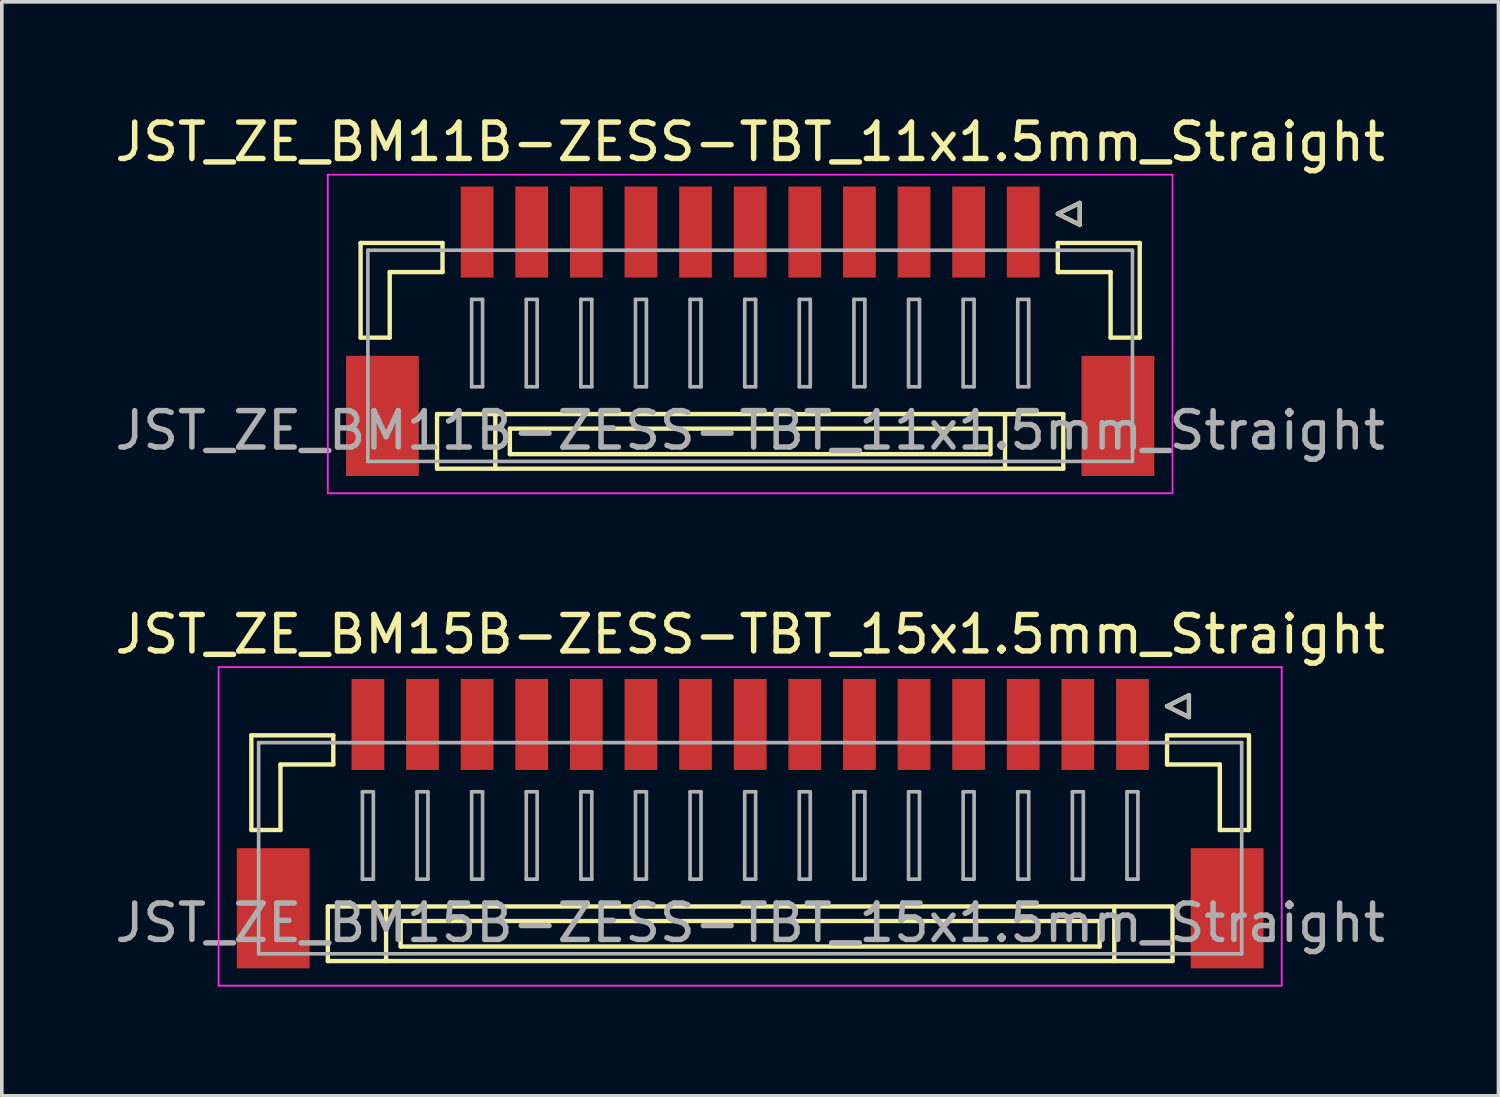
<source format=kicad_pcb>
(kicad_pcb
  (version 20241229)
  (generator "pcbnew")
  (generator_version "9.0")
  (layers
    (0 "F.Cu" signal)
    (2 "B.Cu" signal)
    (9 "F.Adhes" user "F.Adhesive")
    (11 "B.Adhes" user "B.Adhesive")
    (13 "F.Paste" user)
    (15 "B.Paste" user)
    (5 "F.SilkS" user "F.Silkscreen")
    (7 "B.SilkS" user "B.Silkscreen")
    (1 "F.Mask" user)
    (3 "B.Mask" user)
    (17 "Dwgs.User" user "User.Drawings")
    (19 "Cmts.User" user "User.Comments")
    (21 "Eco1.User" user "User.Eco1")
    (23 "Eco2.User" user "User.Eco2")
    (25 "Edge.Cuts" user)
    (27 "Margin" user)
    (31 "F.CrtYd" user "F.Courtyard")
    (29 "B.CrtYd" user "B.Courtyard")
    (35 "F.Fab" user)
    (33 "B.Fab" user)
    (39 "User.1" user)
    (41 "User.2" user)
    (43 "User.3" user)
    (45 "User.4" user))
  (footprint "JST_ZE_BM11B-ZESS-TBT_11x1.5mm_Straight"
    (layer "F.Cu")
    (at 17.554 5.848)
    (property "Reference" "JST_ZE_BM11B-ZESS-TBT_11x1.5mm_Straight" (at 0 -5 0) (layer "F.SilkS") (effects (font (size 1 1) (thickness 0.15))))
    (attr smd)
    (fp_line (start -10.7 -2.225) (end -10.7 0.375) (stroke (width 0.12) (type solid)) (layer "F.SilkS"))
    (fp_line (start -10.7 0.375) (end -9.9 0.375) (stroke (width 0.12) (type solid)) (layer "F.SilkS"))
    (fp_line (start -9.9 -1.425) (end -8.45 -1.425) (stroke (width 0.12) (type solid)) (layer "F.SilkS"))
    (fp_line (start -9.9 0.375) (end -9.9 -1.425) (stroke (width 0.12) (type solid)) (layer "F.SilkS"))
    (fp_line (start -8.6 2.475) (end -8.6 3.975) (stroke (width 0.12) (type solid)) (layer "F.SilkS"))
    (fp_line (start -8.6 3.975) (end 8.6 3.975) (stroke (width 0.12) (type solid)) (layer "F.SilkS"))
    (fp_line (start -8.45 -2.225) (end -10.7 -2.225) (stroke (width 0.12) (type solid)) (layer "F.SilkS"))
    (fp_line (start -8.45 -1.425) (end -8.45 -2.225) (stroke (width 0.12) (type solid)) (layer "F.SilkS"))
    (fp_line (start -7 2.475) (end -7 3.975) (stroke (width 0.12) (type solid)) (layer "F.SilkS"))
    (fp_line (start -6.6 2.875) (end -6.6 3.575) (stroke (width 0.12) (type solid)) (layer "F.SilkS"))
    (fp_line (start -6.6 3.575) (end 6.6 3.575) (stroke (width 0.12) (type solid)) (layer "F.SilkS"))
    (fp_line (start 6.6 2.875) (end -6.6 2.875) (stroke (width 0.12) (type solid)) (layer "F.SilkS"))
    (fp_line (start 6.6 3.575) (end 6.6 2.875) (stroke (width 0.12) (type solid)) (layer "F.SilkS"))
    (fp_line (start 7 2.475) (end 7 3.975) (stroke (width 0.12) (type solid)) (layer "F.SilkS"))
    (fp_line (start 8.45 -3.025) (end 9.05 -3.325) (stroke (width 0.12) (type solid)) (layer "F.SilkS"))
    (fp_line (start 8.45 -2.225) (end 10.7 -2.225) (stroke (width 0.12) (type solid)) (layer "F.SilkS"))
    (fp_line (start 8.45 -1.425) (end 8.45 -2.225) (stroke (width 0.12) (type solid)) (layer "F.SilkS"))
    (fp_line (start 8.6 2.475) (end -8.6 2.475) (stroke (width 0.12) (type solid)) (layer "F.SilkS"))
    (fp_line (start 8.6 3.975) (end 8.6 2.475) (stroke (width 0.12) (type solid)) (layer "F.SilkS"))
    (fp_line (start 9.05 -3.325) (end 9.05 -2.725) (stroke (width 0.12) (type solid)) (layer "F.SilkS"))
    (fp_line (start 9.05 -2.725) (end 8.45 -3.025) (stroke (width 0.12) (type solid)) (layer "F.SilkS"))
    (fp_line (start 9.9 -1.425) (end 8.45 -1.425) (stroke (width 0.12) (type solid)) (layer "F.SilkS"))
    (fp_line (start 9.9 0.375) (end 9.9 -1.425) (stroke (width 0.12) (type solid)) (layer "F.SilkS"))
    (fp_line (start 10.7 -2.225) (end 10.7 0.375) (stroke (width 0.12) (type solid)) (layer "F.SilkS"))
    (fp_line (start 10.7 0.375) (end 9.9 0.375) (stroke (width 0.12) (type solid)) (layer "F.SilkS"))
    (fp_line (start -11.6 -4.1) (end -11.6 4.65) (stroke (width 0.05) (type solid)) (layer "F.CrtYd"))
    (fp_line (start -11.6 4.65) (end 11.6 4.65) (stroke (width 0.05) (type solid)) (layer "F.CrtYd"))
    (fp_line (start 11.6 -4.1) (end -11.6 -4.1) (stroke (width 0.05) (type solid)) (layer "F.CrtYd"))
    (fp_line (start 11.6 4.65) (end 11.6 -4.1) (stroke (width 0.05) (type solid)) (layer "F.CrtYd"))
    (fp_line (start -10.5 -2.025) (end -10.5 3.775) (stroke (width 0.1) (type solid)) (layer "F.Fab"))
    (fp_line (start -10.5 3.775) (end 10.5 3.775) (stroke (width 0.1) (type solid)) (layer "F.Fab"))
    (fp_line (start -7.65 -0.675) (end -7.65 1.725) (stroke (width 0.1) (type solid)) (layer "F.Fab"))
    (fp_line (start -7.65 1.725) (end -7.35 1.725) (stroke (width 0.1) (type solid)) (layer "F.Fab"))
    (fp_line (start -7.35 -0.675) (end -7.65 -0.675) (stroke (width 0.1) (type solid)) (layer "F.Fab"))
    (fp_line (start -7.35 1.725) (end -7.35 -0.675) (stroke (width 0.1) (type solid)) (layer "F.Fab"))
    (fp_line (start -6.15 -0.675) (end -6.15 1.725) (stroke (width 0.1) (type solid)) (layer "F.Fab"))
    (fp_line (start -6.15 1.725) (end -5.85 1.725) (stroke (width 0.1) (type solid)) (layer "F.Fab"))
    (fp_line (start -5.85 -0.675) (end -6.15 -0.675) (stroke (width 0.1) (type solid)) (layer "F.Fab"))
    (fp_line (start -5.85 1.725) (end -5.85 -0.675) (stroke (width 0.1) (type solid)) (layer "F.Fab"))
    (fp_line (start -4.65 -0.675) (end -4.65 1.725) (stroke (width 0.1) (type solid)) (layer "F.Fab"))
    (fp_line (start -4.65 1.725) (end -4.35 1.725) (stroke (width 0.1) (type solid)) (layer "F.Fab"))
    (fp_line (start -4.35 -0.675) (end -4.65 -0.675) (stroke (width 0.1) (type solid)) (layer "F.Fab"))
    (fp_line (start -4.35 1.725) (end -4.35 -0.675) (stroke (width 0.1) (type solid)) (layer "F.Fab"))
    (fp_line (start -3.15 -0.675) (end -3.15 1.725) (stroke (width 0.1) (type solid)) (layer "F.Fab"))
    (fp_line (start -3.15 1.725) (end -2.85 1.725) (stroke (width 0.1) (type solid)) (layer "F.Fab"))
    (fp_line (start -2.85 -0.675) (end -3.15 -0.675) (stroke (width 0.1) (type solid)) (layer "F.Fab"))
    (fp_line (start -2.85 1.725) (end -2.85 -0.675) (stroke (width 0.1) (type solid)) (layer "F.Fab"))
    (fp_line (start -1.65 -0.675) (end -1.65 1.725) (stroke (width 0.1) (type solid)) (layer "F.Fab"))
    (fp_line (start -1.65 1.725) (end -1.35 1.725) (stroke (width 0.1) (type solid)) (layer "F.Fab"))
    (fp_line (start -1.35 -0.675) (end -1.65 -0.675) (stroke (width 0.1) (type solid)) (layer "F.Fab"))
    (fp_line (start -1.35 1.725) (end -1.35 -0.675) (stroke (width 0.1) (type solid)) (layer "F.Fab"))
    (fp_line (start -0.15 -0.675) (end -0.15 1.725) (stroke (width 0.1) (type solid)) (layer "F.Fab"))
    (fp_line (start -0.15 1.725) (end 0.15 1.725) (stroke (width 0.1) (type solid)) (layer "F.Fab"))
    (fp_line (start 0.15 -0.675) (end -0.15 -0.675) (stroke (width 0.1) (type solid)) (layer "F.Fab"))
    (fp_line (start 0.15 1.725) (end 0.15 -0.675) (stroke (width 0.1) (type solid)) (layer "F.Fab"))
    (fp_line (start 1.35 -0.675) (end 1.35 1.725) (stroke (width 0.1) (type solid)) (layer "F.Fab"))
    (fp_line (start 1.35 1.725) (end 1.65 1.725) (stroke (width 0.1) (type solid)) (layer "F.Fab"))
    (fp_line (start 1.65 -0.675) (end 1.35 -0.675) (stroke (width 0.1) (type solid)) (layer "F.Fab"))
    (fp_line (start 1.65 1.725) (end 1.65 -0.675) (stroke (width 0.1) (type solid)) (layer "F.Fab"))
    (fp_line (start 2.85 -0.675) (end 2.85 1.725) (stroke (width 0.1) (type solid)) (layer "F.Fab"))
    (fp_line (start 2.85 1.725) (end 3.15 1.725) (stroke (width 0.1) (type solid)) (layer "F.Fab"))
    (fp_line (start 3.15 -0.675) (end 2.85 -0.675) (stroke (width 0.1) (type solid)) (layer "F.Fab"))
    (fp_line (start 3.15 1.725) (end 3.15 -0.675) (stroke (width 0.1) (type solid)) (layer "F.Fab"))
    (fp_line (start 4.35 -0.675) (end 4.35 1.725) (stroke (width 0.1) (type solid)) (layer "F.Fab"))
    (fp_line (start 4.35 1.725) (end 4.65 1.725) (stroke (width 0.1) (type solid)) (layer "F.Fab"))
    (fp_line (start 4.65 -0.675) (end 4.35 -0.675) (stroke (width 0.1) (type solid)) (layer "F.Fab"))
    (fp_line (start 4.65 1.725) (end 4.65 -0.675) (stroke (width 0.1) (type solid)) (layer "F.Fab"))
    (fp_line (start 5.85 -0.675) (end 5.85 1.725) (stroke (width 0.1) (type solid)) (layer "F.Fab"))
    (fp_line (start 5.85 1.725) (end 6.15 1.725) (stroke (width 0.1) (type solid)) (layer "F.Fab"))
    (fp_line (start 6.15 -0.675) (end 5.85 -0.675) (stroke (width 0.1) (type solid)) (layer "F.Fab"))
    (fp_line (start 6.15 1.725) (end 6.15 -0.675) (stroke (width 0.1) (type solid)) (layer "F.Fab"))
    (fp_line (start 7.35 -0.675) (end 7.35 1.725) (stroke (width 0.1) (type solid)) (layer "F.Fab"))
    (fp_line (start 7.35 1.725) (end 7.65 1.725) (stroke (width 0.1) (type solid)) (layer "F.Fab"))
    (fp_line (start 7.65 -0.675) (end 7.35 -0.675) (stroke (width 0.1) (type solid)) (layer "F.Fab"))
    (fp_line (start 7.65 1.725) (end 7.65 -0.675) (stroke (width 0.1) (type solid)) (layer "F.Fab"))
    (fp_line (start 8.45 -3.025) (end 9.05 -3.325) (stroke (width 0.1) (type solid)) (layer "F.Fab"))
    (fp_line (start 9.05 -3.325) (end 9.05 -2.725) (stroke (width 0.1) (type solid)) (layer "F.Fab"))
    (fp_line (start 9.05 -2.725) (end 8.45 -3.025) (stroke (width 0.1) (type solid)) (layer "F.Fab"))
    (fp_line (start 10.5 -2.025) (end -10.5 -2.025) (stroke (width 0.1) (type solid)) (layer "F.Fab"))
    (fp_line (start 10.5 3.775) (end 10.5 -2.025) (stroke (width 0.1) (type solid)) (layer "F.Fab"))
    (fp_text user "${REFERENCE}" (at 0 2.925 0) (layer "F.Fab") (effects (font (size 1 1) (thickness 0.15))))
    (pad "" smd rect (at -10.1 2.525) (size 2 3.3) (layers "F.Cu" "F.Mask" "F.Paste"))
    (pad "" smd rect (at 10.1 2.525) (size 2 3.3) (layers "F.Cu" "F.Mask" "F.Paste"))
    (pad "1" smd rect (at 7.5 -2.525) (size 0.9 2.5) (layers "F.Cu" "F.Mask" "F.Paste"))
    (pad "2" smd rect (at 6 -2.525) (size 0.9 2.5) (layers "F.Cu" "F.Mask" "F.Paste"))
    (pad "3" smd rect (at 4.5 -2.525) (size 0.9 2.5) (layers "F.Cu" "F.Mask" "F.Paste"))
    (pad "4" smd rect (at 3 -2.525) (size 0.9 2.5) (layers "F.Cu" "F.Mask" "F.Paste"))
    (pad "5" smd rect (at 1.5 -2.525) (size 0.9 2.5) (layers "F.Cu" "F.Mask" "F.Paste"))
    (pad "6" smd rect (at 0 -2.525) (size 0.9 2.5) (layers "F.Cu" "F.Mask" "F.Paste"))
    (pad "7" smd rect (at -1.5 -2.525) (size 0.9 2.5) (layers "F.Cu" "F.Mask" "F.Paste"))
    (pad "8" smd rect (at -3 -2.525) (size 0.9 2.5) (layers "F.Cu" "F.Mask" "F.Paste"))
    (pad "9" smd rect (at -4.5 -2.525) (size 0.9 2.5) (layers "F.Cu" "F.Mask" "F.Paste"))
    (pad "10" smd rect (at -6 -2.525) (size 0.9 2.5) (layers "F.Cu" "F.Mask" "F.Paste"))
    (pad "11" smd rect (at -7.5 -2.525) (size 0.9 2.5) (layers "F.Cu" "F.Mask" "F.Paste")))
  (footprint "JST_ZE_BM15B-ZESS-TBT_15x1.5mm_Straight"
    (layer "F.Cu")
    (at 17.554 19.372)
    (property "Reference" "JST_ZE_BM15B-ZESS-TBT_15x1.5mm_Straight" (at 0 -5 0) (layer "F.SilkS") (effects (font (size 1 1) (thickness 0.15))))
    (attr smd)
    (fp_line (start -13.7 -2.225) (end -13.7 0.375) (stroke (width 0.12) (type solid)) (layer "F.SilkS"))
    (fp_line (start -13.7 0.375) (end -12.9 0.375) (stroke (width 0.12) (type solid)) (layer "F.SilkS"))
    (fp_line (start -12.9 -1.425) (end -11.45 -1.425) (stroke (width 0.12) (type solid)) (layer "F.SilkS"))
    (fp_line (start -12.9 0.375) (end -12.9 -1.425) (stroke (width 0.12) (type solid)) (layer "F.SilkS"))
    (fp_line (start -11.6 2.475) (end -11.6 3.975) (stroke (width 0.12) (type solid)) (layer "F.SilkS"))
    (fp_line (start -11.6 3.975) (end 11.6 3.975) (stroke (width 0.12) (type solid)) (layer "F.SilkS"))
    (fp_line (start -11.45 -2.225) (end -13.7 -2.225) (stroke (width 0.12) (type solid)) (layer "F.SilkS"))
    (fp_line (start -11.45 -1.425) (end -11.45 -2.225) (stroke (width 0.12) (type solid)) (layer "F.SilkS"))
    (fp_line (start -10 2.475) (end -10 3.975) (stroke (width 0.12) (type solid)) (layer "F.SilkS"))
    (fp_line (start -9.6 2.875) (end -9.6 3.575) (stroke (width 0.12) (type solid)) (layer "F.SilkS"))
    (fp_line (start -9.6 3.575) (end 9.6 3.575) (stroke (width 0.12) (type solid)) (layer "F.SilkS"))
    (fp_line (start 9.6 2.875) (end -9.6 2.875) (stroke (width 0.12) (type solid)) (layer "F.SilkS"))
    (fp_line (start 9.6 3.575) (end 9.6 2.875) (stroke (width 0.12) (type solid)) (layer "F.SilkS"))
    (fp_line (start 10 2.475) (end 10 3.975) (stroke (width 0.12) (type solid)) (layer "F.SilkS"))
    (fp_line (start 11.45 -3.025) (end 12.05 -3.325) (stroke (width 0.12) (type solid)) (layer "F.SilkS"))
    (fp_line (start 11.45 -2.225) (end 13.7 -2.225) (stroke (width 0.12) (type solid)) (layer "F.SilkS"))
    (fp_line (start 11.45 -1.425) (end 11.45 -2.225) (stroke (width 0.12) (type solid)) (layer "F.SilkS"))
    (fp_line (start 11.6 2.475) (end -11.6 2.475) (stroke (width 0.12) (type solid)) (layer "F.SilkS"))
    (fp_line (start 11.6 3.975) (end 11.6 2.475) (stroke (width 0.12) (type solid)) (layer "F.SilkS"))
    (fp_line (start 12.05 -3.325) (end 12.05 -2.725) (stroke (width 0.12) (type solid)) (layer "F.SilkS"))
    (fp_line (start 12.05 -2.725) (end 11.45 -3.025) (stroke (width 0.12) (type solid)) (layer "F.SilkS"))
    (fp_line (start 12.9 -1.425) (end 11.45 -1.425) (stroke (width 0.12) (type solid)) (layer "F.SilkS"))
    (fp_line (start 12.9 0.375) (end 12.9 -1.425) (stroke (width 0.12) (type solid)) (layer "F.SilkS"))
    (fp_line (start 13.7 -2.225) (end 13.7 0.375) (stroke (width 0.12) (type solid)) (layer "F.SilkS"))
    (fp_line (start 13.7 0.375) (end 12.9 0.375) (stroke (width 0.12) (type solid)) (layer "F.SilkS"))
    (fp_line (start -14.6 -4.1) (end -14.6 4.65) (stroke (width 0.05) (type solid)) (layer "F.CrtYd"))
    (fp_line (start -14.6 4.65) (end 14.6 4.65) (stroke (width 0.05) (type solid)) (layer "F.CrtYd"))
    (fp_line (start 14.6 -4.1) (end -14.6 -4.1) (stroke (width 0.05) (type solid)) (layer "F.CrtYd"))
    (fp_line (start 14.6 4.65) (end 14.6 -4.1) (stroke (width 0.05) (type solid)) (layer "F.CrtYd"))
    (fp_line (start -13.5 -2.025) (end -13.5 3.775) (stroke (width 0.1) (type solid)) (layer "F.Fab"))
    (fp_line (start -13.5 3.775) (end 13.5 3.775) (stroke (width 0.1) (type solid)) (layer "F.Fab"))
    (fp_line (start -10.65 -0.675) (end -10.65 1.725) (stroke (width 0.1) (type solid)) (layer "F.Fab"))
    (fp_line (start -10.65 1.725) (end -10.35 1.725) (stroke (width 0.1) (type solid)) (layer "F.Fab"))
    (fp_line (start -10.35 -0.675) (end -10.65 -0.675) (stroke (width 0.1) (type solid)) (layer "F.Fab"))
    (fp_line (start -10.35 1.725) (end -10.35 -0.675) (stroke (width 0.1) (type solid)) (layer "F.Fab"))
    (fp_line (start -9.15 -0.675) (end -9.15 1.725) (stroke (width 0.1) (type solid)) (layer "F.Fab"))
    (fp_line (start -9.15 1.725) (end -8.85 1.725) (stroke (width 0.1) (type solid)) (layer "F.Fab"))
    (fp_line (start -8.85 -0.675) (end -9.15 -0.675) (stroke (width 0.1) (type solid)) (layer "F.Fab"))
    (fp_line (start -8.85 1.725) (end -8.85 -0.675) (stroke (width 0.1) (type solid)) (layer "F.Fab"))
    (fp_line (start -7.65 -0.675) (end -7.65 1.725) (stroke (width 0.1) (type solid)) (layer "F.Fab"))
    (fp_line (start -7.65 1.725) (end -7.35 1.725) (stroke (width 0.1) (type solid)) (layer "F.Fab"))
    (fp_line (start -7.35 -0.675) (end -7.65 -0.675) (stroke (width 0.1) (type solid)) (layer "F.Fab"))
    (fp_line (start -7.35 1.725) (end -7.35 -0.675) (stroke (width 0.1) (type solid)) (layer "F.Fab"))
    (fp_line (start -6.15 -0.675) (end -6.15 1.725) (stroke (width 0.1) (type solid)) (layer "F.Fab"))
    (fp_line (start -6.15 1.725) (end -5.85 1.725) (stroke (width 0.1) (type solid)) (layer "F.Fab"))
    (fp_line (start -5.85 -0.675) (end -6.15 -0.675) (stroke (width 0.1) (type solid)) (layer "F.Fab"))
    (fp_line (start -5.85 1.725) (end -5.85 -0.675) (stroke (width 0.1) (type solid)) (layer "F.Fab"))
    (fp_line (start -4.65 -0.675) (end -4.65 1.725) (stroke (width 0.1) (type solid)) (layer "F.Fab"))
    (fp_line (start -4.65 1.725) (end -4.35 1.725) (stroke (width 0.1) (type solid)) (layer "F.Fab"))
    (fp_line (start -4.35 -0.675) (end -4.65 -0.675) (stroke (width 0.1) (type solid)) (layer "F.Fab"))
    (fp_line (start -4.35 1.725) (end -4.35 -0.675) (stroke (width 0.1) (type solid)) (layer "F.Fab"))
    (fp_line (start -3.15 -0.675) (end -3.15 1.725) (stroke (width 0.1) (type solid)) (layer "F.Fab"))
    (fp_line (start -3.15 1.725) (end -2.85 1.725) (stroke (width 0.1) (type solid)) (layer "F.Fab"))
    (fp_line (start -2.85 -0.675) (end -3.15 -0.675) (stroke (width 0.1) (type solid)) (layer "F.Fab"))
    (fp_line (start -2.85 1.725) (end -2.85 -0.675) (stroke (width 0.1) (type solid)) (layer "F.Fab"))
    (fp_line (start -1.65 -0.675) (end -1.65 1.725) (stroke (width 0.1) (type solid)) (layer "F.Fab"))
    (fp_line (start -1.65 1.725) (end -1.35 1.725) (stroke (width 0.1) (type solid)) (layer "F.Fab"))
    (fp_line (start -1.35 -0.675) (end -1.65 -0.675) (stroke (width 0.1) (type solid)) (layer "F.Fab"))
    (fp_line (start -1.35 1.725) (end -1.35 -0.675) (stroke (width 0.1) (type solid)) (layer "F.Fab"))
    (fp_line (start -0.15 -0.675) (end -0.15 1.725) (stroke (width 0.1) (type solid)) (layer "F.Fab"))
    (fp_line (start -0.15 1.725) (end 0.15 1.725) (stroke (width 0.1) (type solid)) (layer "F.Fab"))
    (fp_line (start 0.15 -0.675) (end -0.15 -0.675) (stroke (width 0.1) (type solid)) (layer "F.Fab"))
    (fp_line (start 0.15 1.725) (end 0.15 -0.675) (stroke (width 0.1) (type solid)) (layer "F.Fab"))
    (fp_line (start 1.35 -0.675) (end 1.35 1.725) (stroke (width 0.1) (type solid)) (layer "F.Fab"))
    (fp_line (start 1.35 1.725) (end 1.65 1.725) (stroke (width 0.1) (type solid)) (layer "F.Fab"))
    (fp_line (start 1.65 -0.675) (end 1.35 -0.675) (stroke (width 0.1) (type solid)) (layer "F.Fab"))
    (fp_line (start 1.65 1.725) (end 1.65 -0.675) (stroke (width 0.1) (type solid)) (layer "F.Fab"))
    (fp_line (start 2.85 -0.675) (end 2.85 1.725) (stroke (width 0.1) (type solid)) (layer "F.Fab"))
    (fp_line (start 2.85 1.725) (end 3.15 1.725) (stroke (width 0.1) (type solid)) (layer "F.Fab"))
    (fp_line (start 3.15 -0.675) (end 2.85 -0.675) (stroke (width 0.1) (type solid)) (layer "F.Fab"))
    (fp_line (start 3.15 1.725) (end 3.15 -0.675) (stroke (width 0.1) (type solid)) (layer "F.Fab"))
    (fp_line (start 4.35 -0.675) (end 4.35 1.725) (stroke (width 0.1) (type solid)) (layer "F.Fab"))
    (fp_line (start 4.35 1.725) (end 4.65 1.725) (stroke (width 0.1) (type solid)) (layer "F.Fab"))
    (fp_line (start 4.65 -0.675) (end 4.35 -0.675) (stroke (width 0.1) (type solid)) (layer "F.Fab"))
    (fp_line (start 4.65 1.725) (end 4.65 -0.675) (stroke (width 0.1) (type solid)) (layer "F.Fab"))
    (fp_line (start 5.85 -0.675) (end 5.85 1.725) (stroke (width 0.1) (type solid)) (layer "F.Fab"))
    (fp_line (start 5.85 1.725) (end 6.15 1.725) (stroke (width 0.1) (type solid)) (layer "F.Fab"))
    (fp_line (start 6.15 -0.675) (end 5.85 -0.675) (stroke (width 0.1) (type solid)) (layer "F.Fab"))
    (fp_line (start 6.15 1.725) (end 6.15 -0.675) (stroke (width 0.1) (type solid)) (layer "F.Fab"))
    (fp_line (start 7.35 -0.675) (end 7.35 1.725) (stroke (width 0.1) (type solid)) (layer "F.Fab"))
    (fp_line (start 7.35 1.725) (end 7.65 1.725) (stroke (width 0.1) (type solid)) (layer "F.Fab"))
    (fp_line (start 7.65 -0.675) (end 7.35 -0.675) (stroke (width 0.1) (type solid)) (layer "F.Fab"))
    (fp_line (start 7.65 1.725) (end 7.65 -0.675) (stroke (width 0.1) (type solid)) (layer "F.Fab"))
    (fp_line (start 8.85 -0.675) (end 8.85 1.725) (stroke (width 0.1) (type solid)) (layer "F.Fab"))
    (fp_line (start 8.85 1.725) (end 9.15 1.725) (stroke (width 0.1) (type solid)) (layer "F.Fab"))
    (fp_line (start 9.15 -0.675) (end 8.85 -0.675) (stroke (width 0.1) (type solid)) (layer "F.Fab"))
    (fp_line (start 9.15 1.725) (end 9.15 -0.675) (stroke (width 0.1) (type solid)) (layer "F.Fab"))
    (fp_line (start 10.35 -0.675) (end 10.35 1.725) (stroke (width 0.1) (type solid)) (layer "F.Fab"))
    (fp_line (start 10.35 1.725) (end 10.65 1.725) (stroke (width 0.1) (type solid)) (layer "F.Fab"))
    (fp_line (start 10.65 -0.675) (end 10.35 -0.675) (stroke (width 0.1) (type solid)) (layer "F.Fab"))
    (fp_line (start 10.65 1.725) (end 10.65 -0.675) (stroke (width 0.1) (type solid)) (layer "F.Fab"))
    (fp_line (start 11.45 -3.025) (end 12.05 -3.325) (stroke (width 0.1) (type solid)) (layer "F.Fab"))
    (fp_line (start 12.05 -3.325) (end 12.05 -2.725) (stroke (width 0.1) (type solid)) (layer "F.Fab"))
    (fp_line (start 12.05 -2.725) (end 11.45 -3.025) (stroke (width 0.1) (type solid)) (layer "F.Fab"))
    (fp_line (start 13.5 -2.025) (end -13.5 -2.025) (stroke (width 0.1) (type solid)) (layer "F.Fab"))
    (fp_line (start 13.5 3.775) (end 13.5 -2.025) (stroke (width 0.1) (type solid)) (layer "F.Fab"))
    (fp_text user "${REFERENCE}" (at 0 2.925 0) (layer "F.Fab") (effects (font (size 1 1) (thickness 0.15))))
    (pad "" smd rect (at -13.1 2.525) (size 2 3.3) (layers "F.Cu" "F.Mask" "F.Paste"))
    (pad "" smd rect (at 13.1 2.525) (size 2 3.3) (layers "F.Cu" "F.Mask" "F.Paste"))
    (pad "1" smd rect (at 10.5 -2.525) (size 0.9 2.5) (layers "F.Cu" "F.Mask" "F.Paste"))
    (pad "2" smd rect (at 9 -2.525) (size 0.9 2.5) (layers "F.Cu" "F.Mask" "F.Paste"))
    (pad "3" smd rect (at 7.5 -2.525) (size 0.9 2.5) (layers "F.Cu" "F.Mask" "F.Paste"))
    (pad "4" smd rect (at 6 -2.525) (size 0.9 2.5) (layers "F.Cu" "F.Mask" "F.Paste"))
    (pad "5" smd rect (at 4.5 -2.525) (size 0.9 2.5) (layers "F.Cu" "F.Mask" "F.Paste"))
    (pad "6" smd rect (at 3 -2.525) (size 0.9 2.5) (layers "F.Cu" "F.Mask" "F.Paste"))
    (pad "7" smd rect (at 1.5 -2.525) (size 0.9 2.5) (layers "F.Cu" "F.Mask" "F.Paste"))
    (pad "8" smd rect (at 0 -2.525) (size 0.9 2.5) (layers "F.Cu" "F.Mask" "F.Paste"))
    (pad "9" smd rect (at -1.5 -2.525) (size 0.9 2.5) (layers "F.Cu" "F.Mask" "F.Paste"))
    (pad "10" smd rect (at -3 -2.525) (size 0.9 2.5) (layers "F.Cu" "F.Mask" "F.Paste"))
    (pad "11" smd rect (at -4.5 -2.525) (size 0.9 2.5) (layers "F.Cu" "F.Mask" "F.Paste"))
    (pad "12" smd rect (at -6 -2.525) (size 0.9 2.5) (layers "F.Cu" "F.Mask" "F.Paste"))
    (pad "13" smd rect (at -7.5 -2.525) (size 0.9 2.5) (layers "F.Cu" "F.Mask" "F.Paste"))
    (pad "14" smd rect (at -9 -2.525) (size 0.9 2.5) (layers "F.Cu" "F.Mask" "F.Paste"))
    (pad "15" smd rect (at -10.5 -2.525) (size 0.9 2.5) (layers "F.Cu" "F.Mask" "F.Paste")))
  (gr_rect
    (start -3 -3)
    (end 38.107 27.047)
    (stroke (width 0.1) (type default))
    (fill no)
    (layer "Edge.Cuts")))
</source>
